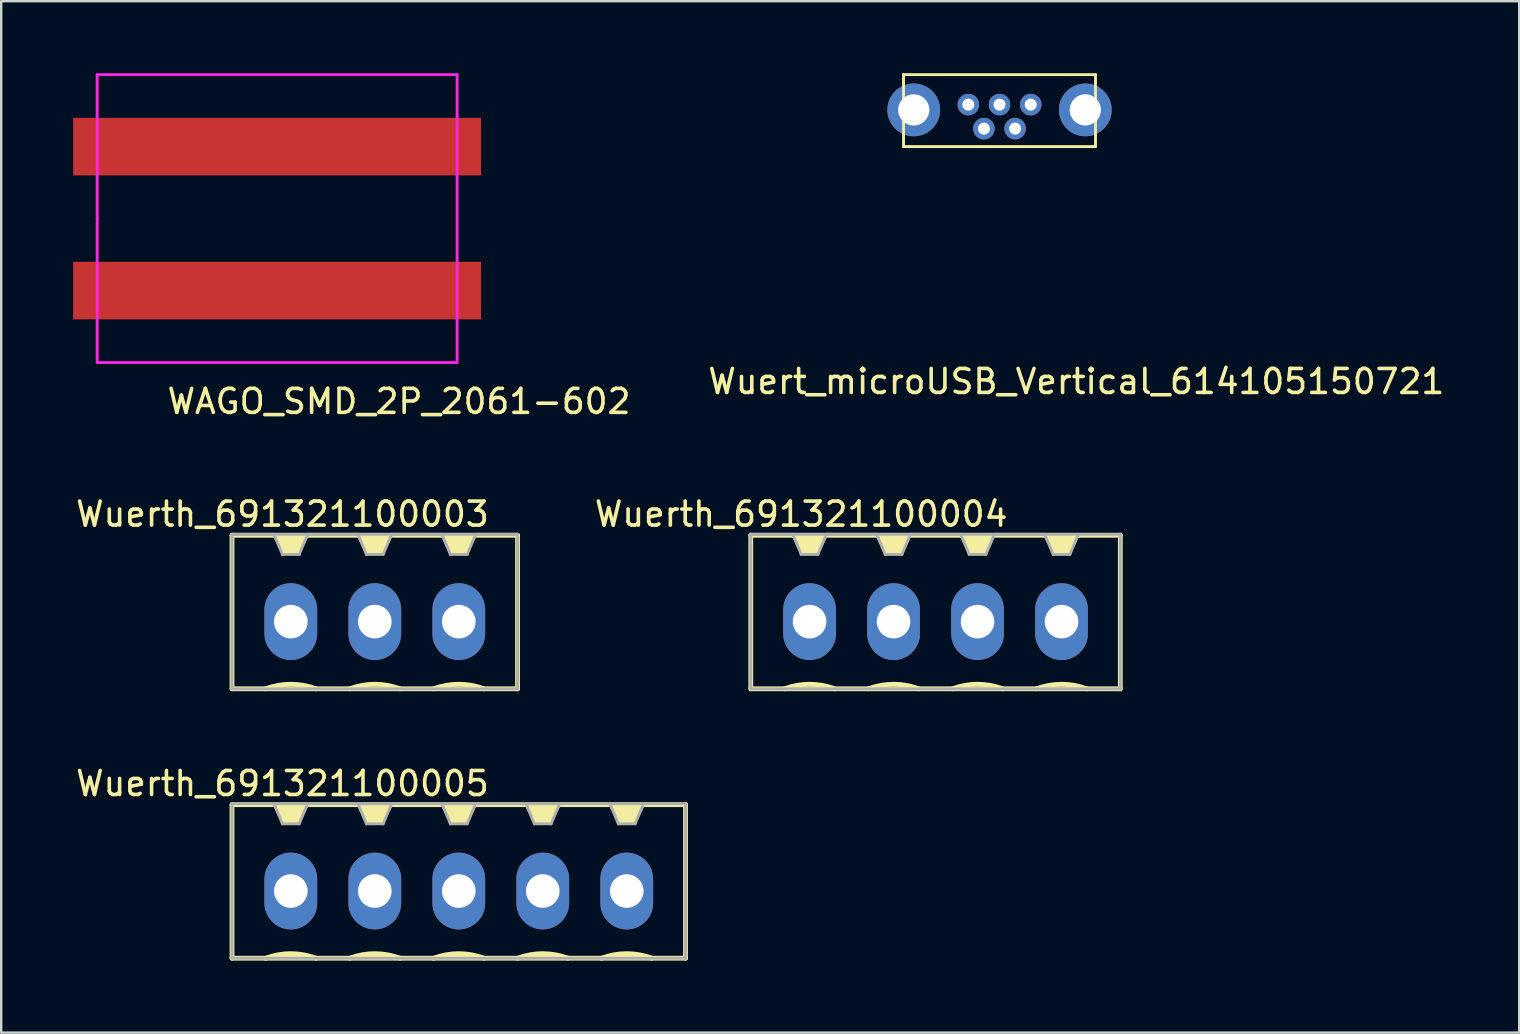
<source format=kicad_pcb>
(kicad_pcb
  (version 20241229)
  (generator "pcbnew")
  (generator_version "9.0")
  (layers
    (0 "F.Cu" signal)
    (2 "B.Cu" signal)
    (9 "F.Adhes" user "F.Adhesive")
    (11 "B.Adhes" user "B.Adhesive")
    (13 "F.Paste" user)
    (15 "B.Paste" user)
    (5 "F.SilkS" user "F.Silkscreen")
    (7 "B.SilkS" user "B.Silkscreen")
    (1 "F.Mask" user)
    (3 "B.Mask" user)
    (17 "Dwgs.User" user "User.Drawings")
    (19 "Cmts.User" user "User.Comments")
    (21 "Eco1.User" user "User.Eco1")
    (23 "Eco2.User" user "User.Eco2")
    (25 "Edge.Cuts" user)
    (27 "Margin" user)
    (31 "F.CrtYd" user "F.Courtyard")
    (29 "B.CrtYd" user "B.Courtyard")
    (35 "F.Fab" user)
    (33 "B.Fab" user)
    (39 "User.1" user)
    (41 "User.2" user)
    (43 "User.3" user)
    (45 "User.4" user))
  (footprint "Wuerth_691321100004"
    (layer "F.Cu")
    (at 37.69 22.857)
    (property "Reference" "Wuerth_691321100004" (at -7.35 -4.48 0) (layer "F.SilkS") (effects (font (size 1 1) (thickness 0.15))))
    (attr through_hole)
    (fp_line (start -9.45 -3.6) (end 5.95 -3.6) (stroke (width 0.2) (type solid)) (layer "F.SilkS"))
    (fp_line (start -9.45 2.8) (end -9.45 -3.6) (stroke (width 0.2) (type solid)) (layer "F.SilkS"))
    (fp_line (start -9.45 2.8) (end 5.95 2.8) (stroke (width 0.2) (type solid)) (layer "F.SilkS"))
    (fp_line (start 5.95 2.8) (end 5.95 -3.6) (stroke (width 0.2) (type solid)) (layer "F.SilkS"))
    (fp_arc (start -8.049409 2.79978) (mid -6.999685 2.6096) (end -5.950001 2.800001) (stroke (width 0.2) (type solid)) (layer "F.SilkS"))
    (fp_arc (start -4.549409 2.79978) (mid -3.499685 2.6096) (end -2.450001 2.800001) (stroke (width 0.2) (type solid)) (layer "F.SilkS"))
    (fp_arc (start -1.049409 2.79978) (mid 0.000315 2.6096) (end 1.049999 2.800001) (stroke (width 0.2) (type solid)) (layer "F.SilkS"))
    (fp_arc (start 2.450591 2.79978) (mid 3.500315 2.6096) (end 4.549999 2.800001) (stroke (width 0.2) (type solid)) (layer "F.SilkS"))
    (fp_poly (pts (xy -7.35 -3.6) (xy -7 -2.88) (xy -6.65 -3.6)) (stroke (width 0.1) (type solid)) (fill yes) (layer "F.SilkS"))
    (fp_poly (pts (xy -7.7 -3.6) (xy -7.35 -2.88) (xy -6.65 -2.88) (xy -6.3 -3.6)) (stroke (width 0.1) (type solid)) (fill yes) (layer "F.SilkS"))
    (fp_poly (pts (xy -4.2 -3.6) (xy -3.85 -2.88) (xy -3.15 -2.88) (xy -2.8 -3.6)) (stroke (width 0.1) (type solid)) (fill yes) (layer "F.SilkS"))
    (fp_poly (pts (xy -0.7 -3.6) (xy -0.35 -2.88) (xy 0.35 -2.88) (xy 0.7 -3.6)) (stroke (width 0.1) (type solid)) (fill yes) (layer "F.SilkS"))
    (fp_poly (pts (xy 2.8 -3.6) (xy 3.15 -2.88) (xy 3.85 -2.88) (xy 4.2 -3.6)) (stroke (width 0.1) (type solid)) (fill yes) (layer "F.SilkS"))
    (fp_line (start -9.45 -3.64) (end -7.7 -3.64) (stroke (width 0.12) (type solid)) (layer "F.Fab"))
    (fp_line (start -9.45 -3.64) (end 5.95 -3.64) (stroke (width 0.12) (type solid)) (layer "F.Fab"))
    (fp_line (start -9.45 2.8) (end -9.45 -3.64) (stroke (width 0.12) (type solid)) (layer "F.Fab"))
    (fp_line (start -7.7 -3.64) (end -7.35 -2.8) (stroke (width 0.12) (type solid)) (layer "F.Fab"))
    (fp_line (start -7.35 -2.8) (end -6.65 -2.8) (stroke (width 0.12) (type solid)) (layer "F.Fab"))
    (fp_line (start -6.65 -2.8) (end -6.3 -3.64) (stroke (width 0.12) (type solid)) (layer "F.Fab"))
    (fp_line (start -6.3 -3.64) (end -4.2 -3.64) (stroke (width 0.12) (type solid)) (layer "F.Fab"))
    (fp_line (start -4.2 -3.64) (end -3.85 -2.8) (stroke (width 0.12) (type solid)) (layer "F.Fab"))
    (fp_line (start -3.85 -2.8) (end -3.15 -2.8) (stroke (width 0.12) (type solid)) (layer "F.Fab"))
    (fp_line (start -3.15 -2.8) (end -2.8 -3.64) (stroke (width 0.12) (type solid)) (layer "F.Fab"))
    (fp_line (start -2.8 -3.64) (end -0.7 -3.64) (stroke (width 0.12) (type solid)) (layer "F.Fab"))
    (fp_line (start -0.7 -3.64) (end -0.35 -2.8) (stroke (width 0.12) (type solid)) (layer "F.Fab"))
    (fp_line (start -0.35 -2.8) (end 0.35 -2.8) (stroke (width 0.12) (type solid)) (layer "F.Fab"))
    (fp_line (start 0.35 -2.8) (end 0.7 -3.64) (stroke (width 0.12) (type solid)) (layer "F.Fab"))
    (fp_line (start 0.7 -3.64) (end 2.8 -3.64) (stroke (width 0.12) (type solid)) (layer "F.Fab"))
    (fp_line (start 2.8 -3.64) (end 3.15 -2.8) (stroke (width 0.12) (type solid)) (layer "F.Fab"))
    (fp_line (start 3.15 -2.8) (end 3.85 -2.8) (stroke (width 0.12) (type solid)) (layer "F.Fab"))
    (fp_line (start 3.85 -2.8) (end 4.2 -3.64) (stroke (width 0.12) (type solid)) (layer "F.Fab"))
    (fp_line (start 5.95 -3.64) (end 5.95 2.8) (stroke (width 0.12) (type solid)) (layer "F.Fab"))
    (fp_line (start 5.95 2.8) (end -9.45 2.8) (stroke (width 0.12) (type solid)) (layer "F.Fab"))
    (pad "1" thru_hole oval (at -7 0) (size 2.2 3.2) (drill 1.4) (layers "*.Cu" "*.Mask"))
    (pad "2" thru_hole oval (at -3.5 0) (size 2.2 3.2) (drill 1.4) (layers "*.Cu" "*.Mask"))
    (pad "3" thru_hole oval (at 0 0) (size 2.2 3.2) (drill 1.4) (layers "*.Cu" "*.Mask"))
    (pad "4" thru_hole oval (at 3.5 0) (size 2.2 3.2) (drill 1.4) (layers "*.Cu" "*.Mask")))
  (footprint "Wuerth_691321100003"
    (layer "F.Cu")
    (at 16.07 22.857)
    (property "Reference" "Wuerth_691321100003" (at -7.35 -4.48 0) (layer "F.SilkS") (effects (font (size 1 1) (thickness 0.15))))
    (attr through_hole)
    (fp_line (start -9.45 -3.6) (end 2.45 -3.6) (stroke (width 0.2) (type solid)) (layer "F.SilkS"))
    (fp_line (start -9.45 2.8) (end -9.45 -3.6) (stroke (width 0.2) (type solid)) (layer "F.SilkS"))
    (fp_line (start -9.45 2.8) (end 2.45 2.8) (stroke (width 0.2) (type solid)) (layer "F.SilkS"))
    (fp_line (start 2.45 2.8) (end 2.45 -3.6) (stroke (width 0.2) (type solid)) (layer "F.SilkS"))
    (fp_arc (start -8.049409 2.79978) (mid -6.999685 2.6096) (end -5.950001 2.800001) (stroke (width 0.2) (type solid)) (layer "F.SilkS"))
    (fp_arc (start -4.549409 2.79978) (mid -3.499685 2.6096) (end -2.450001 2.800001) (stroke (width 0.2) (type solid)) (layer "F.SilkS"))
    (fp_arc (start -1.049409 2.79978) (mid 0.000315 2.6096) (end 1.049999 2.800001) (stroke (width 0.2) (type solid)) (layer "F.SilkS"))
    (fp_poly (pts (xy -7.35 -3.6) (xy -7 -2.88) (xy -6.65 -3.6)) (stroke (width 0.1) (type solid)) (fill yes) (layer "F.SilkS"))
    (fp_poly (pts (xy -7.7 -3.6) (xy -7.35 -2.88) (xy -6.65 -2.88) (xy -6.3 -3.6)) (stroke (width 0.1) (type solid)) (fill yes) (layer "F.SilkS"))
    (fp_poly (pts (xy -4.2 -3.6) (xy -3.85 -2.88) (xy -3.15 -2.88) (xy -2.8 -3.6)) (stroke (width 0.1) (type solid)) (fill yes) (layer "F.SilkS"))
    (fp_poly (pts (xy -0.7 -3.6) (xy -0.35 -2.88) (xy 0.35 -2.88) (xy 0.7 -3.6)) (stroke (width 0.1) (type solid)) (fill yes) (layer "F.SilkS"))
    (fp_line (start -9.45 -3.64) (end -7.7 -3.64) (stroke (width 0.12) (type solid)) (layer "F.Fab"))
    (fp_line (start -9.45 -3.64) (end 2.45 -3.64) (stroke (width 0.12) (type solid)) (layer "F.Fab"))
    (fp_line (start -9.45 2.8) (end -9.45 -3.64) (stroke (width 0.12) (type solid)) (layer "F.Fab"))
    (fp_line (start -7.7 -3.64) (end -7.35 -2.8) (stroke (width 0.12) (type solid)) (layer "F.Fab"))
    (fp_line (start -7.35 -2.8) (end -6.65 -2.8) (stroke (width 0.12) (type solid)) (layer "F.Fab"))
    (fp_line (start -6.65 -2.8) (end -6.3 -3.64) (stroke (width 0.12) (type solid)) (layer "F.Fab"))
    (fp_line (start -6.3 -3.64) (end -4.2 -3.64) (stroke (width 0.12) (type solid)) (layer "F.Fab"))
    (fp_line (start -4.2 -3.64) (end -3.85 -2.8) (stroke (width 0.12) (type solid)) (layer "F.Fab"))
    (fp_line (start -3.85 -2.8) (end -3.15 -2.8) (stroke (width 0.12) (type solid)) (layer "F.Fab"))
    (fp_line (start -3.15 -2.8) (end -2.8 -3.64) (stroke (width 0.12) (type solid)) (layer "F.Fab"))
    (fp_line (start -2.8 -3.64) (end -0.7 -3.64) (stroke (width 0.12) (type solid)) (layer "F.Fab"))
    (fp_line (start -0.7 -3.64) (end -0.35 -2.8) (stroke (width 0.12) (type solid)) (layer "F.Fab"))
    (fp_line (start -0.35 -2.8) (end 0.35 -2.8) (stroke (width 0.12) (type solid)) (layer "F.Fab"))
    (fp_line (start 0.35 -2.8) (end 0.7 -3.64) (stroke (width 0.12) (type solid)) (layer "F.Fab"))
    (fp_line (start 0.7 -3.64) (end 2.45 -3.64) (stroke (width 0.12) (type solid)) (layer "F.Fab"))
    (fp_line (start 2.45 -3.64) (end 2.45 2.8) (stroke (width 0.12) (type solid)) (layer "F.Fab"))
    (fp_line (start 2.45 2.8) (end -9.45 2.8) (stroke (width 0.12) (type solid)) (layer "F.Fab"))
    (pad "1" thru_hole oval (at -7 0) (size 2.2 3.2) (drill 1.4) (layers "*.Cu" "*.Mask"))
    (pad "2" thru_hole oval (at -3.5 0) (size 2.2 3.2) (drill 1.4) (layers "*.Cu" "*.Mask"))
    (pad "3" thru_hole oval (at 0 0) (size 2.2 3.2) (drill 1.4) (layers "*.Cu" "*.Mask")))
  (footprint "Wuert_microUSB_Vertical_614105150721"
    (layer "F.Cu")
    (at 38.606 1.31)
    (property "Reference" "Wuert_microUSB_Vertical_614105150721" (at 3.2 11.54 0) (layer "F.SilkS") (effects (font (size 1 1) (thickness 0.15))))
    (attr through_hole)
    (fp_line (start -4 -1.25) (end 4 -1.25) (stroke (width 0.12) (type solid)) (layer "F.SilkS"))
    (fp_line (start -4 1.75) (end -4 -1.25) (stroke (width 0.12) (type solid)) (layer "F.SilkS"))
    (fp_line (start 4 -1.25) (end 4 1.75) (stroke (width 0.12) (type solid)) (layer "F.SilkS"))
    (fp_line (start 4 1.75) (end -4 1.75) (stroke (width 0.12) (type solid)) (layer "F.SilkS"))
    (pad "1" thru_hole circle (at -1.3 0) (size 0.9 0.9) (drill 0.5) (layers "*.Cu" "*.Mask"))
    (pad "2" thru_hole circle (at -0.65 1) (size 0.9 0.9) (drill 0.5) (layers "*.Cu" "*.Mask"))
    (pad "3" thru_hole circle (at 0 0) (size 0.9 0.9) (drill 0.5) (layers "*.Cu" "*.Mask"))
    (pad "4" thru_hole circle (at 0.65 1) (size 0.9 0.9) (drill 0.5) (layers "*.Cu" "*.Mask"))
    (pad "5" thru_hole circle (at 1.3 0) (size 0.9 0.9) (drill 0.5) (layers "*.Cu" "*.Mask"))
    (pad "6" thru_hole circle (at -3.575 0.22) (size 2.2 2.2) (drill 1.3) (layers "*.Cu" "*.Mask"))
    (pad "6" thru_hole circle (at 3.575 0.22) (size 2.2 2.2) (drill 1.3) (layers "*.Cu" "*.Mask")))
  (footprint "Wuerth_691321100005"
    (layer "F.Cu")
    (at 16.07 34.085)
    (property "Reference" "Wuerth_691321100005" (at -7.35 -4.48 0) (layer "F.SilkS") (effects (font (size 1 1) (thickness 0.15))))
    (attr through_hole)
    (fp_line (start -9.45 -3.6) (end 9.45 -3.6) (stroke (width 0.2) (type solid)) (layer "F.SilkS"))
    (fp_line (start -9.45 2.8) (end -9.45 -3.6) (stroke (width 0.2) (type solid)) (layer "F.SilkS"))
    (fp_line (start -9.45 2.8) (end 9.45 2.8) (stroke (width 0.2) (type solid)) (layer "F.SilkS"))
    (fp_line (start 9.45 2.8) (end 9.45 -3.6) (stroke (width 0.2) (type solid)) (layer "F.SilkS"))
    (fp_arc (start -8.049409 2.79978) (mid -6.999685 2.6096) (end -5.950001 2.800001) (stroke (width 0.2) (type solid)) (layer "F.SilkS"))
    (fp_arc (start -4.549409 2.79978) (mid -3.499685 2.6096) (end -2.450001 2.800001) (stroke (width 0.2) (type solid)) (layer "F.SilkS"))
    (fp_arc (start -1.049409 2.79978) (mid 0.000315 2.6096) (end 1.049999 2.800001) (stroke (width 0.2) (type solid)) (layer "F.SilkS"))
    (fp_arc (start 2.450591 2.79978) (mid 3.500315 2.6096) (end 4.549999 2.800001) (stroke (width 0.2) (type solid)) (layer "F.SilkS"))
    (fp_arc (start 5.950591 2.79978) (mid 7.000315 2.6096) (end 8.049999 2.800001) (stroke (width 0.2) (type solid)) (layer "F.SilkS"))
    (fp_poly (pts (xy -7.35 -3.6) (xy -7 -2.88) (xy -6.65 -3.6)) (stroke (width 0.1) (type solid)) (fill yes) (layer "F.SilkS"))
    (fp_poly (pts (xy -7.7 -3.6) (xy -7.35 -2.88) (xy -6.65 -2.88) (xy -6.3 -3.6)) (stroke (width 0.1) (type solid)) (fill yes) (layer "F.SilkS"))
    (fp_poly (pts (xy -4.2 -3.6) (xy -3.85 -2.88) (xy -3.15 -2.88) (xy -2.8 -3.6)) (stroke (width 0.1) (type solid)) (fill yes) (layer "F.SilkS"))
    (fp_poly (pts (xy -0.7 -3.6) (xy -0.35 -2.88) (xy 0.35 -2.88) (xy 0.7 -3.6)) (stroke (width 0.1) (type solid)) (fill yes) (layer "F.SilkS"))
    (fp_poly (pts (xy 2.8 -3.6) (xy 3.15 -2.88) (xy 3.85 -2.88) (xy 4.2 -3.6)) (stroke (width 0.1) (type solid)) (fill yes) (layer "F.SilkS"))
    (fp_poly (pts (xy 6.3 -3.6) (xy 6.65 -2.88) (xy 7.35 -2.88) (xy 7.7 -3.6)) (stroke (width 0.1) (type solid)) (fill yes) (layer "F.SilkS"))
    (fp_line (start -9.45 -3.64) (end 9.45 -3.64) (stroke (width 0.12) (type solid)) (layer "F.Fab"))
    (fp_line (start -9.45 2.8) (end -9.45 -3.64) (stroke (width 0.12) (type solid)) (layer "F.Fab"))
    (fp_line (start -7.7 -3.64) (end -7.35 -2.8) (stroke (width 0.12) (type solid)) (layer "F.Fab"))
    (fp_line (start -7.35 -2.8) (end -6.65 -2.8) (stroke (width 0.12) (type solid)) (layer "F.Fab"))
    (fp_line (start -6.65 -2.8) (end -6.3 -3.64) (stroke (width 0.12) (type solid)) (layer "F.Fab"))
    (fp_line (start -4.2 -3.64) (end -3.85 -2.8) (stroke (width 0.12) (type solid)) (layer "F.Fab"))
    (fp_line (start -3.85 -2.8) (end -3.15 -2.8) (stroke (width 0.12) (type solid)) (layer "F.Fab"))
    (fp_line (start -3.15 -2.8) (end -2.8 -3.64) (stroke (width 0.12) (type solid)) (layer "F.Fab"))
    (fp_line (start -0.7 -3.64) (end -0.35 -2.8) (stroke (width 0.12) (type solid)) (layer "F.Fab"))
    (fp_line (start -0.35 -2.8) (end 0.35 -2.8) (stroke (width 0.12) (type solid)) (layer "F.Fab"))
    (fp_line (start 0.35 -2.8) (end 0.7 -3.64) (stroke (width 0.12) (type solid)) (layer "F.Fab"))
    (fp_line (start 2.8 -3.64) (end 3.15 -2.8) (stroke (width 0.12) (type solid)) (layer "F.Fab"))
    (fp_line (start 3.15 -2.8) (end 3.85 -2.8) (stroke (width 0.12) (type solid)) (layer "F.Fab"))
    (fp_line (start 3.85 -2.8) (end 4.2 -3.64) (stroke (width 0.12) (type solid)) (layer "F.Fab"))
    (fp_line (start 6.3 -3.64) (end 6.65 -2.8) (stroke (width 0.12) (type solid)) (layer "F.Fab"))
    (fp_line (start 6.65 -2.8) (end 7.35 -2.8) (stroke (width 0.12) (type solid)) (layer "F.Fab"))
    (fp_line (start 7.35 -2.8) (end 7.7 -3.64) (stroke (width 0.12) (type solid)) (layer "F.Fab"))
    (fp_line (start 9.45 -3.64) (end 9.45 2.8) (stroke (width 0.12) (type solid)) (layer "F.Fab"))
    (fp_line (start 9.45 2.8) (end -9.45 2.8) (stroke (width 0.12) (type solid)) (layer "F.Fab"))
    (pad "1" thru_hole oval (at -7 0) (size 2.2 3.2) (drill 1.4) (layers "*.Cu" "*.Mask"))
    (pad "2" thru_hole oval (at -3.5 0) (size 2.2 3.2) (drill 1.4) (layers "*.Cu" "*.Mask"))
    (pad "3" thru_hole oval (at 0 0) (size 2.2 3.2) (drill 1.4) (layers "*.Cu" "*.Mask"))
    (pad "4" thru_hole oval (at 3.5 0) (size 2.2 3.2) (drill 1.4) (layers "*.Cu" "*.Mask"))
    (pad "5" thru_hole oval (at 7 0) (size 2.2 3.2) (drill 1.4) (layers "*.Cu" "*.Mask")))
  (footprint "WAGO_SMD_2P_2061-602"
    (layer "F.Cu")
    (at 8.5 6.06)
    (property "Reference" "WAGO_SMD_2P_2061-602" (at 5.08 7.62 0) (layer "F.SilkS") (effects (font (size 1 1) (thickness 0.15))))
    (attr through_hole)
    (fp_line (start -7.5 -6) (end 7.5 -6) (stroke (width 0.12) (type solid)) (layer "F.CrtYd"))
    (fp_line (start -7.5 0) (end -7.5 -6) (stroke (width 0.12) (type solid)) (layer "F.CrtYd"))
    (fp_line (start -7.5 6) (end -7.5 0) (stroke (width 0.12) (type solid)) (layer "F.CrtYd"))
    (fp_line (start 7.5 -6) (end 7.5 6) (stroke (width 0.12) (type solid)) (layer "F.CrtYd"))
    (fp_line (start 7.5 6) (end -7.5 6) (stroke (width 0.12) (type solid)) (layer "F.CrtYd"))
    (pad "1" smd rect (at 0 -3) (size 17 2.4) (layers "F.Cu" "F.Mask" "F.Paste"))
    (pad "2" smd rect (at 0 3) (size 17 2.4) (layers "F.Cu" "F.Mask" "F.Paste")))
  (gr_rect
    (start -3 -3)
    (end 60.265 39.985)
    (stroke (width 0.1) (type default))
    (fill no)
    (layer "Edge.Cuts")))
</source>
